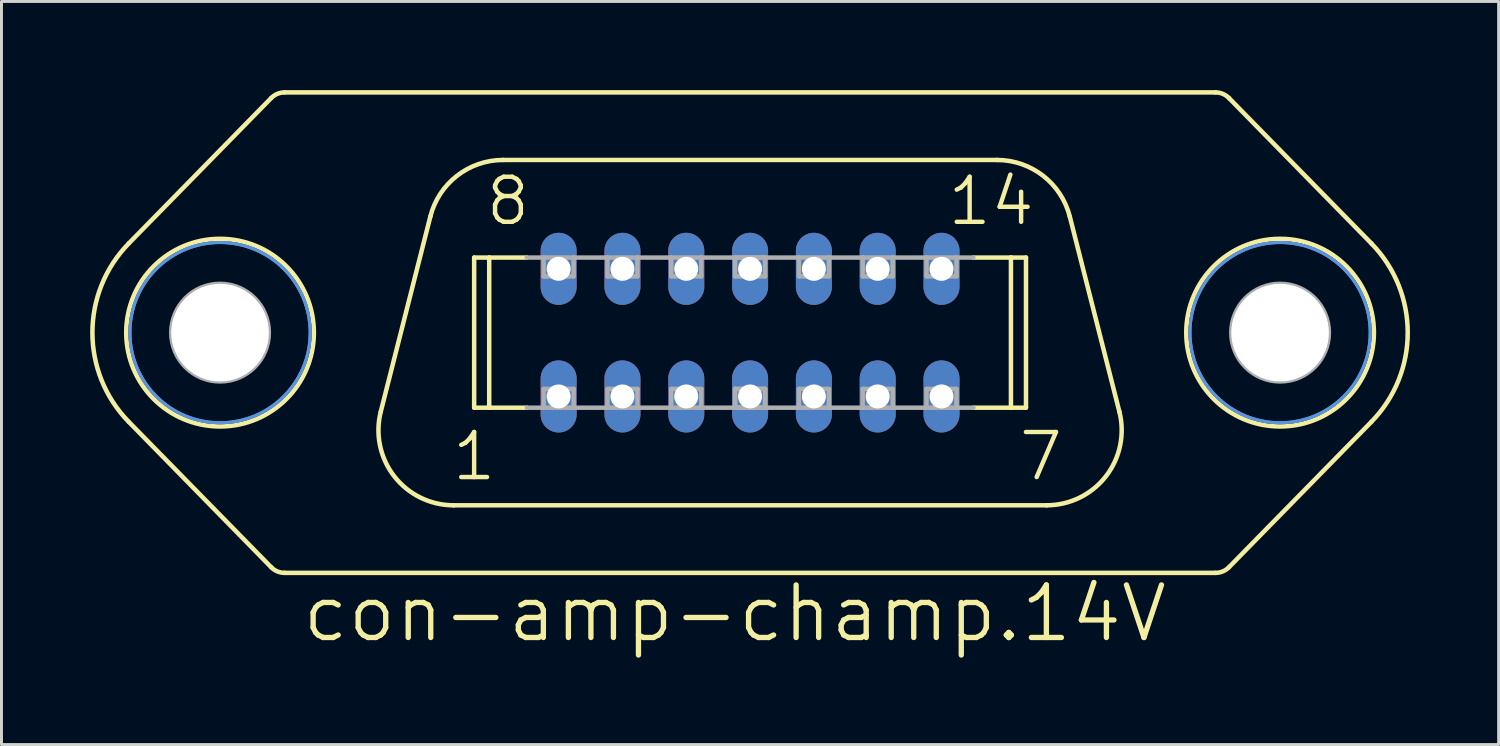
<source format=kicad_pcb>
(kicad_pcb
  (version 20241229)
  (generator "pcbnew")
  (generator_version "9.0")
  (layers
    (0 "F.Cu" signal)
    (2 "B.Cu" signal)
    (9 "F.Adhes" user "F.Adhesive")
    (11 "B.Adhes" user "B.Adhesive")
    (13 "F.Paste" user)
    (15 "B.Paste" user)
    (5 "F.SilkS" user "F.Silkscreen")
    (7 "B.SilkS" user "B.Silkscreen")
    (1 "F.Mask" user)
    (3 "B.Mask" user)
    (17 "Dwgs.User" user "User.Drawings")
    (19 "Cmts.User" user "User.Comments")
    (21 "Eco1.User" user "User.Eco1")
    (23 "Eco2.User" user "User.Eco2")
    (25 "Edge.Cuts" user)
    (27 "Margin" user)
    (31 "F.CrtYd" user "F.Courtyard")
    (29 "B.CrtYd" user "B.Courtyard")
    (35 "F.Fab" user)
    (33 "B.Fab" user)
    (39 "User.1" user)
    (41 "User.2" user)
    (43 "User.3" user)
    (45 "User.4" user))
  (footprint "con-amp-champ.14V"
    (layer "F.Cu")
    (at 22.327 8.204)
    (property "Reference" "con-amp-champ.14V" (at -15.24 10.541 0) (layer "F.SilkS") (effects (font (size 1.778 1.778) (thickness 0.18)) (justify left bottom)))
    (attr through_hole)
    (fp_line (start -16.202 -7.937) (end -21.017 -3.022) (stroke (width 0.152) (type default)) (layer "F.SilkS"))
    (fp_line (start -16.202 7.937) (end -21.017 3.022) (stroke (width 0.152) (type default)) (layer "F.SilkS"))
    (fp_line (start -15.748 -8.128) (end 15.748 -8.128) (stroke (width 0.152) (type default)) (layer "F.SilkS"))
    (fp_line (start -15.748 8.128) (end 15.748 8.128) (stroke (width 0.152) (type default)) (layer "F.SilkS"))
    (fp_line (start -10.817 -3.928) (end -12.495 2.676) (stroke (width 0.152) (type default)) (layer "F.SilkS"))
    (fp_line (start -10.033 5.842) (end 10.033 5.842) (stroke (width 0.152) (type default)) (layer "F.SilkS"))
    (fp_line (start -9.335 -2.54) (end -8.826 -2.54) (stroke (width 0.152) (type default)) (layer "F.SilkS"))
    (fp_line (start -9.335 2.54) (end -9.335 -2.54) (stroke (width 0.152) (type default)) (layer "F.SilkS"))
    (fp_line (start -9.335 2.54) (end -8.826 2.54) (stroke (width 0.152) (type default)) (layer "F.SilkS"))
    (fp_line (start -8.826 -2.54) (end -7.555 -2.54) (stroke (width 0.152) (type default)) (layer "F.SilkS"))
    (fp_line (start -8.826 2.54) (end -8.826 -2.54) (stroke (width 0.152) (type default)) (layer "F.SilkS"))
    (fp_line (start -8.826 2.54) (end -7.555 2.54) (stroke (width 0.152) (type default)) (layer "F.SilkS"))
    (fp_line (start -8.355 -5.842) (end 8.355 -5.842) (stroke (width 0.152) (type default)) (layer "F.SilkS"))
    (fp_line (start 7.555 -2.54) (end 8.826 -2.54) (stroke (width 0.152) (type default)) (layer "F.SilkS"))
    (fp_line (start 7.555 2.54) (end 8.826 2.54) (stroke (width 0.152) (type default)) (layer "F.SilkS"))
    (fp_line (start 8.826 -2.54) (end 9.335 -2.54) (stroke (width 0.152) (type default)) (layer "F.SilkS"))
    (fp_line (start 8.826 2.54) (end 8.826 -2.54) (stroke (width 0.152) (type default)) (layer "F.SilkS"))
    (fp_line (start 8.826 2.54) (end 9.335 2.54) (stroke (width 0.152) (type default)) (layer "F.SilkS"))
    (fp_line (start 9.335 2.54) (end 9.335 -2.54) (stroke (width 0.152) (type default)) (layer "F.SilkS"))
    (fp_line (start 10.817 -3.928) (end 12.495 2.676) (stroke (width 0.152) (type default)) (layer "F.SilkS"))
    (fp_line (start 16.202 -7.937) (end 21.017 -3.022) (stroke (width 0.152) (type default)) (layer "F.SilkS"))
    (fp_line (start 16.202 7.937) (end 21.017 3.022) (stroke (width 0.152) (type default)) (layer "F.SilkS"))
    (fp_arc (start -21.017 3.022) (mid -22.250365 0.0004) (end -21.017 -3.0212) (stroke (width 0.1524) (type default)) (layer "F.SilkS"))
    (fp_arc (start -16.202 -7.937) (mid -15.99441 -8.078018) (end -15.7484 -8.1276) (stroke (width 0.1524) (type default)) (layer "F.SilkS"))
    (fp_arc (start -15.7484 8.1276) (mid -15.99441 8.078018) (end -16.202 7.937) (stroke (width 0.1524) (type default)) (layer "F.SilkS"))
    (fp_arc (start -10.817 -3.928) (mid -9.914488 -5.307486) (end -8.3552 -5.8424) (stroke (width 0.1524) (type default)) (layer "F.SilkS"))
    (fp_arc (start -10.0332 5.8416) (mid -12.038286 4.860863) (end -12.495 2.676) (stroke (width 0.1524) (type default)) (layer "F.SilkS"))
    (fp_arc (start 8.355 -5.842) (mid 9.914288 -5.307086) (end 10.8168 -3.9276) (stroke (width 0.1524) (type default)) (layer "F.SilkS"))
    (fp_arc (start 12.495 2.676) (mid 12.038286 4.860863) (end 10.0332 5.8416) (stroke (width 0.1524) (type default)) (layer "F.SilkS"))
    (fp_arc (start 15.7484 -8.1276) (mid 15.99441 -8.078018) (end 16.202 -7.937) (stroke (width 0.1524) (type default)) (layer "F.SilkS"))
    (fp_arc (start 16.202 7.937) (mid 15.99441 8.078018) (end 15.7484 8.1276) (stroke (width 0.1524) (type default)) (layer "F.SilkS"))
    (fp_arc (start 21.017 -3.0212) (mid 22.250365 0.0004) (end 21.017 3.022) (stroke (width 0.1524) (type default)) (layer "F.SilkS"))
    (fp_circle (center -17.932 0) (end -14.757 0) (stroke (width 0.152) (type default)) (fill no) (layer "F.SilkS"))
    (fp_circle (center 17.932 0) (end 21.107 0) (stroke (width 0.152) (type default)) (fill no) (layer "F.SilkS"))
    (fp_circle (center -17.932 0) (end -14.884 0) (stroke (width 0.1) (type default)) (fill no) (layer "Cmts.User"))
    (fp_circle (center -17.932 0) (end -14.884 0) (stroke (width 0.1) (type default)) (fill no) (layer "Cmts.User"))
    (fp_circle (center 17.932 0) (end 20.98 0) (stroke (width 0.1) (type default)) (fill no) (layer "Cmts.User"))
    (fp_circle (center 17.932 0) (end 20.98 0) (stroke (width 0.1) (type default)) (fill no) (layer "Cmts.User"))
    (fp_line (start -7.555 -2.54) (end -6.985 -2.54) (stroke (width 0.152) (type default)) (layer "F.Fab"))
    (fp_line (start -7.555 2.54) (end -6.985 2.54) (stroke (width 0.152) (type default)) (layer "F.Fab"))
    (fp_line (start -6.985 -2.54) (end -5.969 -2.54) (stroke (width 0.152) (type default)) (layer "F.Fab"))
    (fp_line (start -6.985 -1.905) (end -6.985 -2.54) (stroke (width 0.152) (type default)) (layer "F.Fab"))
    (fp_line (start -6.985 1.905) (end -5.969 1.905) (stroke (width 0.152) (type default)) (layer "F.Fab"))
    (fp_line (start -6.985 2.54) (end -6.985 1.905) (stroke (width 0.152) (type default)) (layer "F.Fab"))
    (fp_line (start -5.969 -2.54) (end -5.969 -1.905) (stroke (width 0.152) (type default)) (layer "F.Fab"))
    (fp_line (start -5.969 -2.54) (end -4.826 -2.54) (stroke (width 0.152) (type default)) (layer "F.Fab"))
    (fp_line (start -5.969 -1.905) (end -6.985 -1.905) (stroke (width 0.152) (type default)) (layer "F.Fab"))
    (fp_line (start -5.969 1.905) (end -5.969 2.54) (stroke (width 0.152) (type default)) (layer "F.Fab"))
    (fp_line (start -5.969 2.54) (end -6.985 2.54) (stroke (width 0.152) (type default)) (layer "F.Fab"))
    (fp_line (start -5.969 2.54) (end -4.826 2.54) (stroke (width 0.152) (type default)) (layer "F.Fab"))
    (fp_line (start -4.826 -2.54) (end -3.81 -2.54) (stroke (width 0.152) (type default)) (layer "F.Fab"))
    (fp_line (start -4.826 -1.905) (end -4.826 -2.54) (stroke (width 0.152) (type default)) (layer "F.Fab"))
    (fp_line (start -4.826 1.905) (end -3.81 1.905) (stroke (width 0.152) (type default)) (layer "F.Fab"))
    (fp_line (start -4.826 2.54) (end -4.826 1.905) (stroke (width 0.152) (type default)) (layer "F.Fab"))
    (fp_line (start -3.81 -2.54) (end -3.81 -1.905) (stroke (width 0.152) (type default)) (layer "F.Fab"))
    (fp_line (start -3.81 -2.54) (end -2.667 -2.54) (stroke (width 0.152) (type default)) (layer "F.Fab"))
    (fp_line (start -3.81 -1.905) (end -4.826 -1.905) (stroke (width 0.152) (type default)) (layer "F.Fab"))
    (fp_line (start -3.81 1.905) (end -3.81 2.54) (stroke (width 0.152) (type default)) (layer "F.Fab"))
    (fp_line (start -3.81 2.54) (end -4.826 2.54) (stroke (width 0.152) (type default)) (layer "F.Fab"))
    (fp_line (start -3.81 2.54) (end -2.667 2.54) (stroke (width 0.152) (type default)) (layer "F.Fab"))
    (fp_line (start -2.667 -2.54) (end -1.651 -2.54) (stroke (width 0.152) (type default)) (layer "F.Fab"))
    (fp_line (start -2.667 -1.905) (end -2.667 -2.54) (stroke (width 0.152) (type default)) (layer "F.Fab"))
    (fp_line (start -2.667 1.905) (end -1.651 1.905) (stroke (width 0.152) (type default)) (layer "F.Fab"))
    (fp_line (start -2.667 2.54) (end -2.667 1.905) (stroke (width 0.152) (type default)) (layer "F.Fab"))
    (fp_line (start -1.651 -2.54) (end -1.651 -1.905) (stroke (width 0.152) (type default)) (layer "F.Fab"))
    (fp_line (start -1.651 -2.54) (end 1.651 -2.54) (stroke (width 0.152) (type default)) (layer "F.Fab"))
    (fp_line (start -1.651 -1.905) (end -2.667 -1.905) (stroke (width 0.152) (type default)) (layer "F.Fab"))
    (fp_line (start -1.651 1.905) (end -1.651 2.54) (stroke (width 0.152) (type default)) (layer "F.Fab"))
    (fp_line (start -1.651 2.54) (end -2.667 2.54) (stroke (width 0.152) (type default)) (layer "F.Fab"))
    (fp_line (start -1.651 2.54) (end 1.651 2.54) (stroke (width 0.152) (type default)) (layer "F.Fab"))
    (fp_line (start -0.508 -2.54) (end 0.508 -2.54) (stroke (width 0.152) (type default)) (layer "F.Fab"))
    (fp_line (start -0.508 -1.905) (end -0.508 -2.54) (stroke (width 0.152) (type default)) (layer "F.Fab"))
    (fp_line (start -0.508 1.905) (end 0.508 1.905) (stroke (width 0.152) (type default)) (layer "F.Fab"))
    (fp_line (start -0.508 1.905) (end 0.508 1.905) (stroke (width 0.152) (type default)) (layer "F.Fab"))
    (fp_line (start -0.508 2.54) (end -0.508 1.905) (stroke (width 0.152) (type default)) (layer "F.Fab"))
    (fp_line (start -0.508 2.54) (end -0.508 1.905) (stroke (width 0.152) (type default)) (layer "F.Fab"))
    (fp_line (start 0.508 -2.54) (end 0.508 -1.905) (stroke (width 0.152) (type default)) (layer "F.Fab"))
    (fp_line (start 0.508 -1.905) (end -0.508 -1.905) (stroke (width 0.152) (type default)) (layer "F.Fab"))
    (fp_line (start 0.508 1.905) (end 0.508 2.54) (stroke (width 0.152) (type default)) (layer "F.Fab"))
    (fp_line (start 0.508 1.905) (end 0.508 2.54) (stroke (width 0.152) (type default)) (layer "F.Fab"))
    (fp_line (start 0.508 2.54) (end -0.508 2.54) (stroke (width 0.152) (type default)) (layer "F.Fab"))
    (fp_line (start 0.508 2.54) (end -0.508 2.54) (stroke (width 0.152) (type default)) (layer "F.Fab"))
    (fp_line (start 1.651 -2.54) (end 2.667 -2.54) (stroke (width 0.152) (type default)) (layer "F.Fab"))
    (fp_line (start 1.651 -1.905) (end 1.651 -2.54) (stroke (width 0.152) (type default)) (layer "F.Fab"))
    (fp_line (start 1.651 1.905) (end 2.667 1.905) (stroke (width 0.152) (type default)) (layer "F.Fab"))
    (fp_line (start 1.651 2.54) (end 1.651 1.905) (stroke (width 0.152) (type default)) (layer "F.Fab"))
    (fp_line (start 2.667 -2.54) (end 2.667 -1.905) (stroke (width 0.152) (type default)) (layer "F.Fab"))
    (fp_line (start 2.667 -2.54) (end 3.81 -2.54) (stroke (width 0.152) (type default)) (layer "F.Fab"))
    (fp_line (start 2.667 -1.905) (end 1.651 -1.905) (stroke (width 0.152) (type default)) (layer "F.Fab"))
    (fp_line (start 2.667 1.905) (end 2.667 2.54) (stroke (width 0.152) (type default)) (layer "F.Fab"))
    (fp_line (start 2.667 2.54) (end 1.651 2.54) (stroke (width 0.152) (type default)) (layer "F.Fab"))
    (fp_line (start 2.667 2.54) (end 3.81 2.54) (stroke (width 0.152) (type default)) (layer "F.Fab"))
    (fp_line (start 3.81 -2.54) (end 4.826 -2.54) (stroke (width 0.152) (type default)) (layer "F.Fab"))
    (fp_line (start 3.81 -1.905) (end 3.81 -2.54) (stroke (width 0.152) (type default)) (layer "F.Fab"))
    (fp_line (start 3.81 1.905) (end 4.826 1.905) (stroke (width 0.152) (type default)) (layer "F.Fab"))
    (fp_line (start 3.81 2.54) (end 3.81 1.905) (stroke (width 0.152) (type default)) (layer "F.Fab"))
    (fp_line (start 4.826 -2.54) (end 4.826 -1.905) (stroke (width 0.152) (type default)) (layer "F.Fab"))
    (fp_line (start 4.826 -2.54) (end 5.969 -2.54) (stroke (width 0.152) (type default)) (layer "F.Fab"))
    (fp_line (start 4.826 -1.905) (end 3.81 -1.905) (stroke (width 0.152) (type default)) (layer "F.Fab"))
    (fp_line (start 4.826 1.905) (end 4.826 2.54) (stroke (width 0.152) (type default)) (layer "F.Fab"))
    (fp_line (start 4.826 2.54) (end 3.81 2.54) (stroke (width 0.152) (type default)) (layer "F.Fab"))
    (fp_line (start 4.826 2.54) (end 5.969 2.54) (stroke (width 0.152) (type default)) (layer "F.Fab"))
    (fp_line (start 5.969 -2.54) (end 6.985 -2.54) (stroke (width 0.152) (type default)) (layer "F.Fab"))
    (fp_line (start 5.969 -1.905) (end 5.969 -2.54) (stroke (width 0.152) (type default)) (layer "F.Fab"))
    (fp_line (start 5.969 1.905) (end 6.985 1.905) (stroke (width 0.152) (type default)) (layer "F.Fab"))
    (fp_line (start 5.969 2.54) (end 5.969 1.905) (stroke (width 0.152) (type default)) (layer "F.Fab"))
    (fp_line (start 6.985 -2.54) (end 6.985 -1.905) (stroke (width 0.152) (type default)) (layer "F.Fab"))
    (fp_line (start 6.985 -2.54) (end 7.555 -2.54) (stroke (width 0.152) (type default)) (layer "F.Fab"))
    (fp_line (start 6.985 -1.905) (end 5.969 -1.905) (stroke (width 0.152) (type default)) (layer "F.Fab"))
    (fp_line (start 6.985 1.905) (end 6.985 2.54) (stroke (width 0.152) (type default)) (layer "F.Fab"))
    (fp_line (start 6.985 2.54) (end 5.969 2.54) (stroke (width 0.152) (type default)) (layer "F.Fab"))
    (fp_line (start 6.985 2.54) (end 7.555 2.54) (stroke (width 0.152) (type default)) (layer "F.Fab"))
    (fp_rect (start -6.985 -1.905) (end -5.969 -2.54) (stroke (width 0.05) (type default)) (fill no) (layer "F.Fab"))
    (fp_rect (start -6.985 2.54) (end -5.969 1.905) (stroke (width 0.05) (type default)) (fill no) (layer "F.Fab"))
    (fp_rect (start -4.826 -1.905) (end -3.81 -2.54) (stroke (width 0.05) (type default)) (fill no) (layer "F.Fab"))
    (fp_rect (start -4.826 2.54) (end -3.81 1.905) (stroke (width 0.05) (type default)) (fill no) (layer "F.Fab"))
    (fp_rect (start -2.667 -1.905) (end -1.651 -2.54) (stroke (width 0.05) (type default)) (fill no) (layer "F.Fab"))
    (fp_rect (start -2.667 2.54) (end -1.651 1.905) (stroke (width 0.05) (type default)) (fill no) (layer "F.Fab"))
    (fp_rect (start -0.508 -1.905) (end 0.508 -2.54) (stroke (width 0.05) (type default)) (fill no) (layer "F.Fab"))
    (fp_rect (start -0.508 2.54) (end 0.508 1.905) (stroke (width 0.05) (type default)) (fill no) (layer "F.Fab"))
    (fp_rect (start 1.651 -1.905) (end 2.667 -2.54) (stroke (width 0.05) (type default)) (fill no) (layer "F.Fab"))
    (fp_rect (start 1.651 2.54) (end 2.667 1.905) (stroke (width 0.05) (type default)) (fill no) (layer "F.Fab"))
    (fp_rect (start 3.81 -1.905) (end 4.826 -2.54) (stroke (width 0.05) (type default)) (fill no) (layer "F.Fab"))
    (fp_rect (start 3.81 2.54) (end 4.826 1.905) (stroke (width 0.05) (type default)) (fill no) (layer "F.Fab"))
    (fp_rect (start 5.969 -1.905) (end 6.985 -2.54) (stroke (width 0.05) (type default)) (fill no) (layer "F.Fab"))
    (fp_rect (start 5.969 2.54) (end 6.985 1.905) (stroke (width 0.05) (type default)) (fill no) (layer "F.Fab"))
    (fp_circle (center -17.932 0) (end -16.281 0) (stroke (width 0.152) (type default)) (fill no) (layer "F.Fab"))
    (fp_circle (center 17.932 0) (end 19.583 0) (stroke (width 0.152) (type default)) (fill no) (layer "F.Fab"))
    (fp_text user "1" (at -10.16 5.08 0) (layer "F.SilkS") (effects (font (size 1.524 1.524) (thickness 0.15)) (justify left bottom)))
    (fp_text user "14" (at 6.604 -3.556 0) (layer "F.SilkS") (effects (font (size 1.524 1.524) (thickness 0.15)) (justify left bottom)))
    (fp_text user "8" (at -9.017 -3.556 0) (layer "F.SilkS") (effects (font (size 1.524 1.524) (thickness 0.15)) (justify left bottom)))
    (fp_text user "7" (at 9.017 5.08 0) (layer "F.SilkS") (effects (font (size 1.524 1.524) (thickness 0.15)) (justify left bottom)))
    (pad "" np_thru_hole circle (at -17.932 0) (size 3.302 3.302) (drill 3.302) (layers "*.Cu" "*.Mask"))
    (pad "" np_thru_hole circle (at 17.932 0) (size 3.302 3.302) (drill 3.302) (layers "*.Cu" "*.Mask"))
    (pad "1" thru_hole oval (at -6.477 2.159 90) (size 2.438 1.219) (drill 0.813) (layers "*.Cu" "*.Mask"))
    (pad "2" thru_hole oval (at -4.318 2.159 90) (size 2.438 1.219) (drill 0.813) (layers "*.Cu" "*.Mask"))
    (pad "3" thru_hole oval (at -2.159 2.159 90) (size 2.438 1.219) (drill 0.813) (layers "*.Cu" "*.Mask"))
    (pad "4" thru_hole oval (at 0 2.159 90) (size 2.438 1.219) (drill 0.813) (layers "*.Cu" "*.Mask"))
    (pad "5" thru_hole oval (at 2.159 2.159 90) (size 2.438 1.219) (drill 0.813) (layers "*.Cu" "*.Mask"))
    (pad "6" thru_hole oval (at 4.318 2.159 90) (size 2.438 1.219) (drill 0.813) (layers "*.Cu" "*.Mask"))
    (pad "7" thru_hole oval (at 6.477 2.159 90) (size 2.438 1.219) (drill 0.813) (layers "*.Cu" "*.Mask"))
    (pad "8" thru_hole oval (at -6.477 -2.159 90) (size 2.438 1.219) (drill 0.813) (layers "*.Cu" "*.Mask"))
    (pad "9" thru_hole oval (at -4.318 -2.159 90) (size 2.438 1.219) (drill 0.813) (layers "*.Cu" "*.Mask"))
    (pad "10" thru_hole oval (at -2.159 -2.159 90) (size 2.438 1.219) (drill 0.813) (layers "*.Cu" "*.Mask"))
    (pad "11" thru_hole oval (at 0 -2.159 90) (size 2.438 1.219) (drill 0.813) (layers "*.Cu" "*.Mask"))
    (pad "12" thru_hole oval (at 2.159 -2.159 90) (size 2.438 1.219) (drill 0.813) (layers "*.Cu" "*.Mask"))
    (pad "13" thru_hole oval (at 4.318 -2.159 90) (size 2.438 1.219) (drill 0.813) (layers "*.Cu" "*.Mask"))
    (pad "14" thru_hole oval (at 6.477 -2.159 90) (size 2.438 1.219) (drill 0.813) (layers "*.Cu" "*.Mask")))
  (gr_rect
    (start -3 -3)
    (end 47.653 22.139)
    (stroke (width 0.1) (type default))
    (fill no)
    (layer "Edge.Cuts")))
</source>
